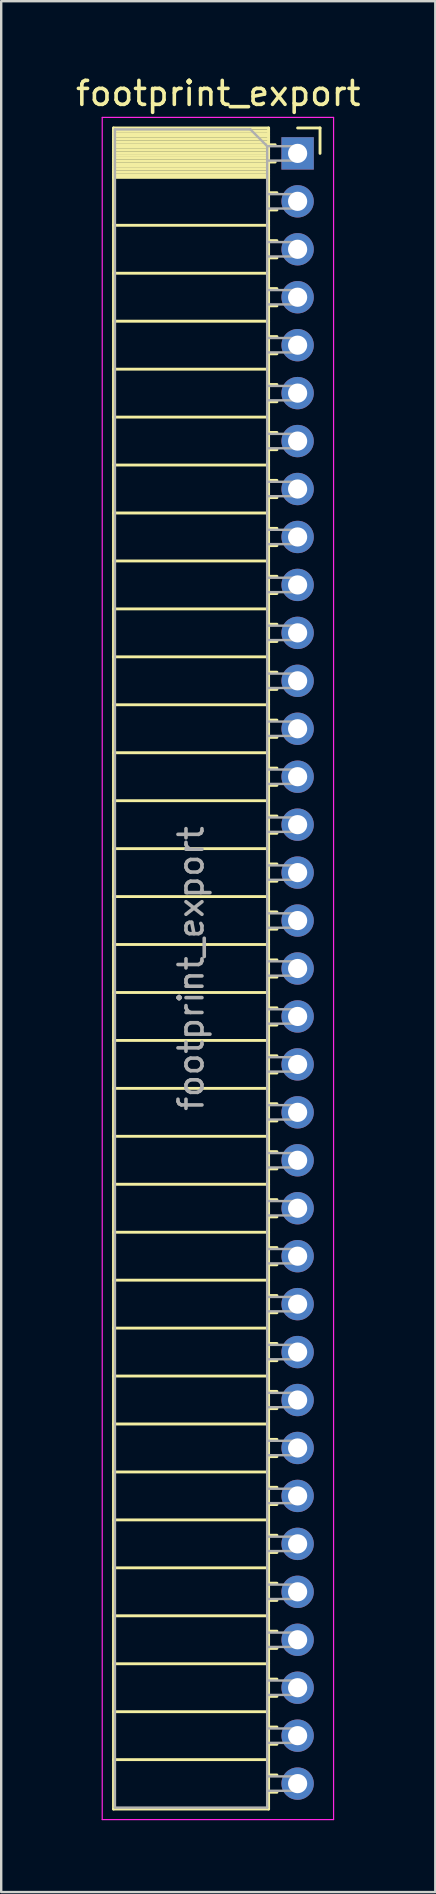
<source format=kicad_pcb>
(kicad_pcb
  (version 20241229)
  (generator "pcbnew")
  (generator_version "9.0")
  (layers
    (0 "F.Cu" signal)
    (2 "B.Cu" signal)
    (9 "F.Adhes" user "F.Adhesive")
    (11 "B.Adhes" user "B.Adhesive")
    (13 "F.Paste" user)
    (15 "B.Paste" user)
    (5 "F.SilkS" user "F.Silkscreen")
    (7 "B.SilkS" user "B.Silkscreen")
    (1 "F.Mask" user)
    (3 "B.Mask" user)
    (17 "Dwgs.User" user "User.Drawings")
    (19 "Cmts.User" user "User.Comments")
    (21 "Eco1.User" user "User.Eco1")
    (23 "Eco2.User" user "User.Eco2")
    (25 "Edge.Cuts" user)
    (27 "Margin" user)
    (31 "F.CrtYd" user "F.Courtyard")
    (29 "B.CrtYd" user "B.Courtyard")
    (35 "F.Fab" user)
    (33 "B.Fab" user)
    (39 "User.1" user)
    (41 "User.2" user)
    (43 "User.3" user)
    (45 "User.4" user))
  (footprint "footprint_export"
    (layer "F.Cu")
    (at 9.364 3.348)
    (property "Reference" "footprint_export" (at -3.31 -2.5 0) (layer "F.SilkS") (effects (font (size 1 1) (thickness 0.15))))
    (attr through_hole)
    (fp_line (start -7.68 -1.06) (end -7.68 69.06) (stroke (width 0.12) (type solid)) (layer "F.SilkS"))
    (fp_line (start -7.68 -1.06) (end -1.21 -1.06) (stroke (width 0.12) (type solid)) (layer "F.SilkS"))
    (fp_line (start -7.68 -0.94) (end -1.21 -0.94) (stroke (width 0.12) (type solid)) (layer "F.SilkS"))
    (fp_line (start -7.68 -0.826) (end -1.21 -0.826) (stroke (width 0.12) (type solid)) (layer "F.SilkS"))
    (fp_line (start -7.68 -0.712) (end -1.21 -0.712) (stroke (width 0.12) (type solid)) (layer "F.SilkS"))
    (fp_line (start -7.68 -0.598) (end -1.21 -0.598) (stroke (width 0.12) (type solid)) (layer "F.SilkS"))
    (fp_line (start -7.68 -0.484) (end -1.21 -0.484) (stroke (width 0.12) (type solid)) (layer "F.SilkS"))
    (fp_line (start -7.68 -0.369) (end -1.21 -0.369) (stroke (width 0.12) (type solid)) (layer "F.SilkS"))
    (fp_line (start -7.68 -0.255) (end -1.21 -0.255) (stroke (width 0.12) (type solid)) (layer "F.SilkS"))
    (fp_line (start -7.68 -0.141) (end -1.21 -0.141) (stroke (width 0.12) (type solid)) (layer "F.SilkS"))
    (fp_line (start -7.68 -0.027) (end -1.21 -0.027) (stroke (width 0.12) (type solid)) (layer "F.SilkS"))
    (fp_line (start -7.68 0.087) (end -1.21 0.087) (stroke (width 0.12) (type solid)) (layer "F.SilkS"))
    (fp_line (start -7.68 0.201) (end -1.21 0.201) (stroke (width 0.12) (type solid)) (layer "F.SilkS"))
    (fp_line (start -7.68 0.315) (end -1.21 0.315) (stroke (width 0.12) (type solid)) (layer "F.SilkS"))
    (fp_line (start -7.68 0.429) (end -1.21 0.429) (stroke (width 0.12) (type solid)) (layer "F.SilkS"))
    (fp_line (start -7.68 0.544) (end -1.21 0.544) (stroke (width 0.12) (type solid)) (layer "F.SilkS"))
    (fp_line (start -7.68 0.658) (end -1.21 0.658) (stroke (width 0.12) (type solid)) (layer "F.SilkS"))
    (fp_line (start -7.68 0.772) (end -1.21 0.772) (stroke (width 0.12) (type solid)) (layer "F.SilkS"))
    (fp_line (start -7.68 0.886) (end -1.21 0.886) (stroke (width 0.12) (type solid)) (layer "F.SilkS"))
    (fp_line (start -7.68 1) (end -1.21 1) (stroke (width 0.12) (type solid)) (layer "F.SilkS"))
    (fp_line (start -7.68 3) (end -1.21 3) (stroke (width 0.12) (type solid)) (layer "F.SilkS"))
    (fp_line (start -7.68 5) (end -1.21 5) (stroke (width 0.12) (type solid)) (layer "F.SilkS"))
    (fp_line (start -7.68 7) (end -1.21 7) (stroke (width 0.12) (type solid)) (layer "F.SilkS"))
    (fp_line (start -7.68 9) (end -1.21 9) (stroke (width 0.12) (type solid)) (layer "F.SilkS"))
    (fp_line (start -7.68 11) (end -1.21 11) (stroke (width 0.12) (type solid)) (layer "F.SilkS"))
    (fp_line (start -7.68 13) (end -1.21 13) (stroke (width 0.12) (type solid)) (layer "F.SilkS"))
    (fp_line (start -7.68 15) (end -1.21 15) (stroke (width 0.12) (type solid)) (layer "F.SilkS"))
    (fp_line (start -7.68 17) (end -1.21 17) (stroke (width 0.12) (type solid)) (layer "F.SilkS"))
    (fp_line (start -7.68 19) (end -1.21 19) (stroke (width 0.12) (type solid)) (layer "F.SilkS"))
    (fp_line (start -7.68 21) (end -1.21 21) (stroke (width 0.12) (type solid)) (layer "F.SilkS"))
    (fp_line (start -7.68 23) (end -1.21 23) (stroke (width 0.12) (type solid)) (layer "F.SilkS"))
    (fp_line (start -7.68 25) (end -1.21 25) (stroke (width 0.12) (type solid)) (layer "F.SilkS"))
    (fp_line (start -7.68 27) (end -1.21 27) (stroke (width 0.12) (type solid)) (layer "F.SilkS"))
    (fp_line (start -7.68 29) (end -1.21 29) (stroke (width 0.12) (type solid)) (layer "F.SilkS"))
    (fp_line (start -7.68 31) (end -1.21 31) (stroke (width 0.12) (type solid)) (layer "F.SilkS"))
    (fp_line (start -7.68 33) (end -1.21 33) (stroke (width 0.12) (type solid)) (layer "F.SilkS"))
    (fp_line (start -7.68 35) (end -1.21 35) (stroke (width 0.12) (type solid)) (layer "F.SilkS"))
    (fp_line (start -7.68 37) (end -1.21 37) (stroke (width 0.12) (type solid)) (layer "F.SilkS"))
    (fp_line (start -7.68 39) (end -1.21 39) (stroke (width 0.12) (type solid)) (layer "F.SilkS"))
    (fp_line (start -7.68 41) (end -1.21 41) (stroke (width 0.12) (type solid)) (layer "F.SilkS"))
    (fp_line (start -7.68 43) (end -1.21 43) (stroke (width 0.12) (type solid)) (layer "F.SilkS"))
    (fp_line (start -7.68 45) (end -1.21 45) (stroke (width 0.12) (type solid)) (layer "F.SilkS"))
    (fp_line (start -7.68 47) (end -1.21 47) (stroke (width 0.12) (type solid)) (layer "F.SilkS"))
    (fp_line (start -7.68 49) (end -1.21 49) (stroke (width 0.12) (type solid)) (layer "F.SilkS"))
    (fp_line (start -7.68 51) (end -1.21 51) (stroke (width 0.12) (type solid)) (layer "F.SilkS"))
    (fp_line (start -7.68 53) (end -1.21 53) (stroke (width 0.12) (type solid)) (layer "F.SilkS"))
    (fp_line (start -7.68 55) (end -1.21 55) (stroke (width 0.12) (type solid)) (layer "F.SilkS"))
    (fp_line (start -7.68 57) (end -1.21 57) (stroke (width 0.12) (type solid)) (layer "F.SilkS"))
    (fp_line (start -7.68 59) (end -1.21 59) (stroke (width 0.12) (type solid)) (layer "F.SilkS"))
    (fp_line (start -7.68 61) (end -1.21 61) (stroke (width 0.12) (type solid)) (layer "F.SilkS"))
    (fp_line (start -7.68 63) (end -1.21 63) (stroke (width 0.12) (type solid)) (layer "F.SilkS"))
    (fp_line (start -7.68 65) (end -1.21 65) (stroke (width 0.12) (type solid)) (layer "F.SilkS"))
    (fp_line (start -7.68 67) (end -1.21 67) (stroke (width 0.12) (type solid)) (layer "F.SilkS"))
    (fp_line (start -7.68 69.06) (end -1.21 69.06) (stroke (width 0.12) (type solid)) (layer "F.SilkS"))
    (fp_line (start -1.21 -1.06) (end -1.21 69.06) (stroke (width 0.12) (type solid)) (layer "F.SilkS"))
    (fp_line (start -1.21 -0.36) (end -0.935 -0.36) (stroke (width 0.12) (type solid)) (layer "F.SilkS"))
    (fp_line (start -1.21 0.36) (end -0.935 0.36) (stroke (width 0.12) (type solid)) (layer "F.SilkS"))
    (fp_line (start -1.21 1.64) (end -0.863 1.64) (stroke (width 0.12) (type solid)) (layer "F.SilkS"))
    (fp_line (start -1.21 2.36) (end -0.863 2.36) (stroke (width 0.12) (type solid)) (layer "F.SilkS"))
    (fp_line (start -1.21 3.64) (end -0.863 3.64) (stroke (width 0.12) (type solid)) (layer "F.SilkS"))
    (fp_line (start -1.21 4.36) (end -0.863 4.36) (stroke (width 0.12) (type solid)) (layer "F.SilkS"))
    (fp_line (start -1.21 5.64) (end -0.863 5.64) (stroke (width 0.12) (type solid)) (layer "F.SilkS"))
    (fp_line (start -1.21 6.36) (end -0.863 6.36) (stroke (width 0.12) (type solid)) (layer "F.SilkS"))
    (fp_line (start -1.21 7.64) (end -0.863 7.64) (stroke (width 0.12) (type solid)) (layer "F.SilkS"))
    (fp_line (start -1.21 8.36) (end -0.863 8.36) (stroke (width 0.12) (type solid)) (layer "F.SilkS"))
    (fp_line (start -1.21 9.64) (end -0.863 9.64) (stroke (width 0.12) (type solid)) (layer "F.SilkS"))
    (fp_line (start -1.21 10.36) (end -0.863 10.36) (stroke (width 0.12) (type solid)) (layer "F.SilkS"))
    (fp_line (start -1.21 11.64) (end -0.863 11.64) (stroke (width 0.12) (type solid)) (layer "F.SilkS"))
    (fp_line (start -1.21 12.36) (end -0.863 12.36) (stroke (width 0.12) (type solid)) (layer "F.SilkS"))
    (fp_line (start -1.21 13.64) (end -0.863 13.64) (stroke (width 0.12) (type solid)) (layer "F.SilkS"))
    (fp_line (start -1.21 14.36) (end -0.863 14.36) (stroke (width 0.12) (type solid)) (layer "F.SilkS"))
    (fp_line (start -1.21 15.64) (end -0.863 15.64) (stroke (width 0.12) (type solid)) (layer "F.SilkS"))
    (fp_line (start -1.21 16.36) (end -0.863 16.36) (stroke (width 0.12) (type solid)) (layer "F.SilkS"))
    (fp_line (start -1.21 17.64) (end -0.863 17.64) (stroke (width 0.12) (type solid)) (layer "F.SilkS"))
    (fp_line (start -1.21 18.36) (end -0.863 18.36) (stroke (width 0.12) (type solid)) (layer "F.SilkS"))
    (fp_line (start -1.21 19.64) (end -0.863 19.64) (stroke (width 0.12) (type solid)) (layer "F.SilkS"))
    (fp_line (start -1.21 20.36) (end -0.863 20.36) (stroke (width 0.12) (type solid)) (layer "F.SilkS"))
    (fp_line (start -1.21 21.64) (end -0.863 21.64) (stroke (width 0.12) (type solid)) (layer "F.SilkS"))
    (fp_line (start -1.21 22.36) (end -0.863 22.36) (stroke (width 0.12) (type solid)) (layer "F.SilkS"))
    (fp_line (start -1.21 23.64) (end -0.863 23.64) (stroke (width 0.12) (type solid)) (layer "F.SilkS"))
    (fp_line (start -1.21 24.36) (end -0.863 24.36) (stroke (width 0.12) (type solid)) (layer "F.SilkS"))
    (fp_line (start -1.21 25.64) (end -0.863 25.64) (stroke (width 0.12) (type solid)) (layer "F.SilkS"))
    (fp_line (start -1.21 26.36) (end -0.863 26.36) (stroke (width 0.12) (type solid)) (layer "F.SilkS"))
    (fp_line (start -1.21 27.64) (end -0.863 27.64) (stroke (width 0.12) (type solid)) (layer "F.SilkS"))
    (fp_line (start -1.21 28.36) (end -0.863 28.36) (stroke (width 0.12) (type solid)) (layer "F.SilkS"))
    (fp_line (start -1.21 29.64) (end -0.863 29.64) (stroke (width 0.12) (type solid)) (layer "F.SilkS"))
    (fp_line (start -1.21 30.36) (end -0.863 30.36) (stroke (width 0.12) (type solid)) (layer "F.SilkS"))
    (fp_line (start -1.21 31.64) (end -0.863 31.64) (stroke (width 0.12) (type solid)) (layer "F.SilkS"))
    (fp_line (start -1.21 32.36) (end -0.863 32.36) (stroke (width 0.12) (type solid)) (layer "F.SilkS"))
    (fp_line (start -1.21 33.64) (end -0.863 33.64) (stroke (width 0.12) (type solid)) (layer "F.SilkS"))
    (fp_line (start -1.21 34.36) (end -0.863 34.36) (stroke (width 0.12) (type solid)) (layer "F.SilkS"))
    (fp_line (start -1.21 35.64) (end -0.863 35.64) (stroke (width 0.12) (type solid)) (layer "F.SilkS"))
    (fp_line (start -1.21 36.36) (end -0.863 36.36) (stroke (width 0.12) (type solid)) (layer "F.SilkS"))
    (fp_line (start -1.21 37.64) (end -0.863 37.64) (stroke (width 0.12) (type solid)) (layer "F.SilkS"))
    (fp_line (start -1.21 38.36) (end -0.863 38.36) (stroke (width 0.12) (type solid)) (layer "F.SilkS"))
    (fp_line (start -1.21 39.64) (end -0.863 39.64) (stroke (width 0.12) (type solid)) (layer "F.SilkS"))
    (fp_line (start -1.21 40.36) (end -0.863 40.36) (stroke (width 0.12) (type solid)) (layer "F.SilkS"))
    (fp_line (start -1.21 41.64) (end -0.863 41.64) (stroke (width 0.12) (type solid)) (layer "F.SilkS"))
    (fp_line (start -1.21 42.36) (end -0.863 42.36) (stroke (width 0.12) (type solid)) (layer "F.SilkS"))
    (fp_line (start -1.21 43.64) (end -0.863 43.64) (stroke (width 0.12) (type solid)) (layer "F.SilkS"))
    (fp_line (start -1.21 44.36) (end -0.863 44.36) (stroke (width 0.12) (type solid)) (layer "F.SilkS"))
    (fp_line (start -1.21 45.64) (end -0.863 45.64) (stroke (width 0.12) (type solid)) (layer "F.SilkS"))
    (fp_line (start -1.21 46.36) (end -0.863 46.36) (stroke (width 0.12) (type solid)) (layer "F.SilkS"))
    (fp_line (start -1.21 47.64) (end -0.863 47.64) (stroke (width 0.12) (type solid)) (layer "F.SilkS"))
    (fp_line (start -1.21 48.36) (end -0.863 48.36) (stroke (width 0.12) (type solid)) (layer "F.SilkS"))
    (fp_line (start -1.21 49.64) (end -0.863 49.64) (stroke (width 0.12) (type solid)) (layer "F.SilkS"))
    (fp_line (start -1.21 50.36) (end -0.863 50.36) (stroke (width 0.12) (type solid)) (layer "F.SilkS"))
    (fp_line (start -1.21 51.64) (end -0.863 51.64) (stroke (width 0.12) (type solid)) (layer "F.SilkS"))
    (fp_line (start -1.21 52.36) (end -0.863 52.36) (stroke (width 0.12) (type solid)) (layer "F.SilkS"))
    (fp_line (start -1.21 53.64) (end -0.863 53.64) (stroke (width 0.12) (type solid)) (layer "F.SilkS"))
    (fp_line (start -1.21 54.36) (end -0.863 54.36) (stroke (width 0.12) (type solid)) (layer "F.SilkS"))
    (fp_line (start -1.21 55.64) (end -0.863 55.64) (stroke (width 0.12) (type solid)) (layer "F.SilkS"))
    (fp_line (start -1.21 56.36) (end -0.863 56.36) (stroke (width 0.12) (type solid)) (layer "F.SilkS"))
    (fp_line (start -1.21 57.64) (end -0.863 57.64) (stroke (width 0.12) (type solid)) (layer "F.SilkS"))
    (fp_line (start -1.21 58.36) (end -0.863 58.36) (stroke (width 0.12) (type solid)) (layer "F.SilkS"))
    (fp_line (start -1.21 59.64) (end -0.863 59.64) (stroke (width 0.12) (type solid)) (layer "F.SilkS"))
    (fp_line (start -1.21 60.36) (end -0.863 60.36) (stroke (width 0.12) (type solid)) (layer "F.SilkS"))
    (fp_line (start -1.21 61.64) (end -0.863 61.64) (stroke (width 0.12) (type solid)) (layer "F.SilkS"))
    (fp_line (start -1.21 62.36) (end -0.863 62.36) (stroke (width 0.12) (type solid)) (layer "F.SilkS"))
    (fp_line (start -1.21 63.64) (end -0.863 63.64) (stroke (width 0.12) (type solid)) (layer "F.SilkS"))
    (fp_line (start -1.21 64.36) (end -0.863 64.36) (stroke (width 0.12) (type solid)) (layer "F.SilkS"))
    (fp_line (start -1.21 65.64) (end -0.863 65.64) (stroke (width 0.12) (type solid)) (layer "F.SilkS"))
    (fp_line (start -1.21 66.36) (end -0.863 66.36) (stroke (width 0.12) (type solid)) (layer "F.SilkS"))
    (fp_line (start -1.21 67.64) (end -0.863 67.64) (stroke (width 0.12) (type solid)) (layer "F.SilkS"))
    (fp_line (start -1.21 68.36) (end -0.863 68.36) (stroke (width 0.12) (type solid)) (layer "F.SilkS"))
    (fp_line (start 0 -1.06) (end 0.935 -1.06) (stroke (width 0.12) (type solid)) (layer "F.SilkS"))
    (fp_line (start 0.935 -1.06) (end 0.935 0) (stroke (width 0.12) (type solid)) (layer "F.SilkS"))
    (fp_line (start -8.15 -1.5) (end -8.15 69.5) (stroke (width 0.05) (type solid)) (layer "F.CrtYd"))
    (fp_line (start -8.15 69.5) (end 1.5 69.5) (stroke (width 0.05) (type solid)) (layer "F.CrtYd"))
    (fp_line (start 1.5 -1.5) (end -8.15 -1.5) (stroke (width 0.05) (type solid)) (layer "F.CrtYd"))
    (fp_line (start 1.5 69.5) (end 1.5 -1.5) (stroke (width 0.05) (type solid)) (layer "F.CrtYd"))
    (fp_line (start -7.62 -1) (end -1.97 -1) (stroke (width 0.1) (type solid)) (layer "F.Fab"))
    (fp_line (start -7.62 69) (end -7.62 -1) (stroke (width 0.1) (type solid)) (layer "F.Fab"))
    (fp_line (start -1.97 -1) (end -1.27 -0.3) (stroke (width 0.1) (type solid)) (layer "F.Fab"))
    (fp_line (start -1.27 -0.3) (end -1.27 69) (stroke (width 0.1) (type solid)) (layer "F.Fab"))
    (fp_line (start -1.27 0.3) (end 0 0.3) (stroke (width 0.1) (type solid)) (layer "F.Fab"))
    (fp_line (start -1.27 2.3) (end 0 2.3) (stroke (width 0.1) (type solid)) (layer "F.Fab"))
    (fp_line (start -1.27 4.3) (end 0 4.3) (stroke (width 0.1) (type solid)) (layer "F.Fab"))
    (fp_line (start -1.27 6.3) (end 0 6.3) (stroke (width 0.1) (type solid)) (layer "F.Fab"))
    (fp_line (start -1.27 8.3) (end 0 8.3) (stroke (width 0.1) (type solid)) (layer "F.Fab"))
    (fp_line (start -1.27 10.3) (end 0 10.3) (stroke (width 0.1) (type solid)) (layer "F.Fab"))
    (fp_line (start -1.27 12.3) (end 0 12.3) (stroke (width 0.1) (type solid)) (layer "F.Fab"))
    (fp_line (start -1.27 14.3) (end 0 14.3) (stroke (width 0.1) (type solid)) (layer "F.Fab"))
    (fp_line (start -1.27 16.3) (end 0 16.3) (stroke (width 0.1) (type solid)) (layer "F.Fab"))
    (fp_line (start -1.27 18.3) (end 0 18.3) (stroke (width 0.1) (type solid)) (layer "F.Fab"))
    (fp_line (start -1.27 20.3) (end 0 20.3) (stroke (width 0.1) (type solid)) (layer "F.Fab"))
    (fp_line (start -1.27 22.3) (end 0 22.3) (stroke (width 0.1) (type solid)) (layer "F.Fab"))
    (fp_line (start -1.27 24.3) (end 0 24.3) (stroke (width 0.1) (type solid)) (layer "F.Fab"))
    (fp_line (start -1.27 26.3) (end 0 26.3) (stroke (width 0.1) (type solid)) (layer "F.Fab"))
    (fp_line (start -1.27 28.3) (end 0 28.3) (stroke (width 0.1) (type solid)) (layer "F.Fab"))
    (fp_line (start -1.27 30.3) (end 0 30.3) (stroke (width 0.1) (type solid)) (layer "F.Fab"))
    (fp_line (start -1.27 32.3) (end 0 32.3) (stroke (width 0.1) (type solid)) (layer "F.Fab"))
    (fp_line (start -1.27 34.3) (end 0 34.3) (stroke (width 0.1) (type solid)) (layer "F.Fab"))
    (fp_line (start -1.27 36.3) (end 0 36.3) (stroke (width 0.1) (type solid)) (layer "F.Fab"))
    (fp_line (start -1.27 38.3) (end 0 38.3) (stroke (width 0.1) (type solid)) (layer "F.Fab"))
    (fp_line (start -1.27 40.3) (end 0 40.3) (stroke (width 0.1) (type solid)) (layer "F.Fab"))
    (fp_line (start -1.27 42.3) (end 0 42.3) (stroke (width 0.1) (type solid)) (layer "F.Fab"))
    (fp_line (start -1.27 44.3) (end 0 44.3) (stroke (width 0.1) (type solid)) (layer "F.Fab"))
    (fp_line (start -1.27 46.3) (end 0 46.3) (stroke (width 0.1) (type solid)) (layer "F.Fab"))
    (fp_line (start -1.27 48.3) (end 0 48.3) (stroke (width 0.1) (type solid)) (layer "F.Fab"))
    (fp_line (start -1.27 50.3) (end 0 50.3) (stroke (width 0.1) (type solid)) (layer "F.Fab"))
    (fp_line (start -1.27 52.3) (end 0 52.3) (stroke (width 0.1) (type solid)) (layer "F.Fab"))
    (fp_line (start -1.27 54.3) (end 0 54.3) (stroke (width 0.1) (type solid)) (layer "F.Fab"))
    (fp_line (start -1.27 56.3) (end 0 56.3) (stroke (width 0.1) (type solid)) (layer "F.Fab"))
    (fp_line (start -1.27 58.3) (end 0 58.3) (stroke (width 0.1) (type solid)) (layer "F.Fab"))
    (fp_line (start -1.27 60.3) (end 0 60.3) (stroke (width 0.1) (type solid)) (layer "F.Fab"))
    (fp_line (start -1.27 62.3) (end 0 62.3) (stroke (width 0.1) (type solid)) (layer "F.Fab"))
    (fp_line (start -1.27 64.3) (end 0 64.3) (stroke (width 0.1) (type solid)) (layer "F.Fab"))
    (fp_line (start -1.27 66.3) (end 0 66.3) (stroke (width 0.1) (type solid)) (layer "F.Fab"))
    (fp_line (start -1.27 68.3) (end 0 68.3) (stroke (width 0.1) (type solid)) (layer "F.Fab"))
    (fp_line (start -1.27 69) (end -7.62 69) (stroke (width 0.1) (type solid)) (layer "F.Fab"))
    (fp_line (start 0 -0.3) (end -1.27 -0.3) (stroke (width 0.1) (type solid)) (layer "F.Fab"))
    (fp_line (start 0 0.3) (end 0 -0.3) (stroke (width 0.1) (type solid)) (layer "F.Fab"))
    (fp_line (start 0 1.7) (end -1.27 1.7) (stroke (width 0.1) (type solid)) (layer "F.Fab"))
    (fp_line (start 0 2.3) (end 0 1.7) (stroke (width 0.1) (type solid)) (layer "F.Fab"))
    (fp_line (start 0 3.7) (end -1.27 3.7) (stroke (width 0.1) (type solid)) (layer "F.Fab"))
    (fp_line (start 0 4.3) (end 0 3.7) (stroke (width 0.1) (type solid)) (layer "F.Fab"))
    (fp_line (start 0 5.7) (end -1.27 5.7) (stroke (width 0.1) (type solid)) (layer "F.Fab"))
    (fp_line (start 0 6.3) (end 0 5.7) (stroke (width 0.1) (type solid)) (layer "F.Fab"))
    (fp_line (start 0 7.7) (end -1.27 7.7) (stroke (width 0.1) (type solid)) (layer "F.Fab"))
    (fp_line (start 0 8.3) (end 0 7.7) (stroke (width 0.1) (type solid)) (layer "F.Fab"))
    (fp_line (start 0 9.7) (end -1.27 9.7) (stroke (width 0.1) (type solid)) (layer "F.Fab"))
    (fp_line (start 0 10.3) (end 0 9.7) (stroke (width 0.1) (type solid)) (layer "F.Fab"))
    (fp_line (start 0 11.7) (end -1.27 11.7) (stroke (width 0.1) (type solid)) (layer "F.Fab"))
    (fp_line (start 0 12.3) (end 0 11.7) (stroke (width 0.1) (type solid)) (layer "F.Fab"))
    (fp_line (start 0 13.7) (end -1.27 13.7) (stroke (width 0.1) (type solid)) (layer "F.Fab"))
    (fp_line (start 0 14.3) (end 0 13.7) (stroke (width 0.1) (type solid)) (layer "F.Fab"))
    (fp_line (start 0 15.7) (end -1.27 15.7) (stroke (width 0.1) (type solid)) (layer "F.Fab"))
    (fp_line (start 0 16.3) (end 0 15.7) (stroke (width 0.1) (type solid)) (layer "F.Fab"))
    (fp_line (start 0 17.7) (end -1.27 17.7) (stroke (width 0.1) (type solid)) (layer "F.Fab"))
    (fp_line (start 0 18.3) (end 0 17.7) (stroke (width 0.1) (type solid)) (layer "F.Fab"))
    (fp_line (start 0 19.7) (end -1.27 19.7) (stroke (width 0.1) (type solid)) (layer "F.Fab"))
    (fp_line (start 0 20.3) (end 0 19.7) (stroke (width 0.1) (type solid)) (layer "F.Fab"))
    (fp_line (start 0 21.7) (end -1.27 21.7) (stroke (width 0.1) (type solid)) (layer "F.Fab"))
    (fp_line (start 0 22.3) (end 0 21.7) (stroke (width 0.1) (type solid)) (layer "F.Fab"))
    (fp_line (start 0 23.7) (end -1.27 23.7) (stroke (width 0.1) (type solid)) (layer "F.Fab"))
    (fp_line (start 0 24.3) (end 0 23.7) (stroke (width 0.1) (type solid)) (layer "F.Fab"))
    (fp_line (start 0 25.7) (end -1.27 25.7) (stroke (width 0.1) (type solid)) (layer "F.Fab"))
    (fp_line (start 0 26.3) (end 0 25.7) (stroke (width 0.1) (type solid)) (layer "F.Fab"))
    (fp_line (start 0 27.7) (end -1.27 27.7) (stroke (width 0.1) (type solid)) (layer "F.Fab"))
    (fp_line (start 0 28.3) (end 0 27.7) (stroke (width 0.1) (type solid)) (layer "F.Fab"))
    (fp_line (start 0 29.7) (end -1.27 29.7) (stroke (width 0.1) (type solid)) (layer "F.Fab"))
    (fp_line (start 0 30.3) (end 0 29.7) (stroke (width 0.1) (type solid)) (layer "F.Fab"))
    (fp_line (start 0 31.7) (end -1.27 31.7) (stroke (width 0.1) (type solid)) (layer "F.Fab"))
    (fp_line (start 0 32.3) (end 0 31.7) (stroke (width 0.1) (type solid)) (layer "F.Fab"))
    (fp_line (start 0 33.7) (end -1.27 33.7) (stroke (width 0.1) (type solid)) (layer "F.Fab"))
    (fp_line (start 0 34.3) (end 0 33.7) (stroke (width 0.1) (type solid)) (layer "F.Fab"))
    (fp_line (start 0 35.7) (end -1.27 35.7) (stroke (width 0.1) (type solid)) (layer "F.Fab"))
    (fp_line (start 0 36.3) (end 0 35.7) (stroke (width 0.1) (type solid)) (layer "F.Fab"))
    (fp_line (start 0 37.7) (end -1.27 37.7) (stroke (width 0.1) (type solid)) (layer "F.Fab"))
    (fp_line (start 0 38.3) (end 0 37.7) (stroke (width 0.1) (type solid)) (layer "F.Fab"))
    (fp_line (start 0 39.7) (end -1.27 39.7) (stroke (width 0.1) (type solid)) (layer "F.Fab"))
    (fp_line (start 0 40.3) (end 0 39.7) (stroke (width 0.1) (type solid)) (layer "F.Fab"))
    (fp_line (start 0 41.7) (end -1.27 41.7) (stroke (width 0.1) (type solid)) (layer "F.Fab"))
    (fp_line (start 0 42.3) (end 0 41.7) (stroke (width 0.1) (type solid)) (layer "F.Fab"))
    (fp_line (start 0 43.7) (end -1.27 43.7) (stroke (width 0.1) (type solid)) (layer "F.Fab"))
    (fp_line (start 0 44.3) (end 0 43.7) (stroke (width 0.1) (type solid)) (layer "F.Fab"))
    (fp_line (start 0 45.7) (end -1.27 45.7) (stroke (width 0.1) (type solid)) (layer "F.Fab"))
    (fp_line (start 0 46.3) (end 0 45.7) (stroke (width 0.1) (type solid)) (layer "F.Fab"))
    (fp_line (start 0 47.7) (end -1.27 47.7) (stroke (width 0.1) (type solid)) (layer "F.Fab"))
    (fp_line (start 0 48.3) (end 0 47.7) (stroke (width 0.1) (type solid)) (layer "F.Fab"))
    (fp_line (start 0 49.7) (end -1.27 49.7) (stroke (width 0.1) (type solid)) (layer "F.Fab"))
    (fp_line (start 0 50.3) (end 0 49.7) (stroke (width 0.1) (type solid)) (layer "F.Fab"))
    (fp_line (start 0 51.7) (end -1.27 51.7) (stroke (width 0.1) (type solid)) (layer "F.Fab"))
    (fp_line (start 0 52.3) (end 0 51.7) (stroke (width 0.1) (type solid)) (layer "F.Fab"))
    (fp_line (start 0 53.7) (end -1.27 53.7) (stroke (width 0.1) (type solid)) (layer "F.Fab"))
    (fp_line (start 0 54.3) (end 0 53.7) (stroke (width 0.1) (type solid)) (layer "F.Fab"))
    (fp_line (start 0 55.7) (end -1.27 55.7) (stroke (width 0.1) (type solid)) (layer "F.Fab"))
    (fp_line (start 0 56.3) (end 0 55.7) (stroke (width 0.1) (type solid)) (layer "F.Fab"))
    (fp_line (start 0 57.7) (end -1.27 57.7) (stroke (width 0.1) (type solid)) (layer "F.Fab"))
    (fp_line (start 0 58.3) (end 0 57.7) (stroke (width 0.1) (type solid)) (layer "F.Fab"))
    (fp_line (start 0 59.7) (end -1.27 59.7) (stroke (width 0.1) (type solid)) (layer "F.Fab"))
    (fp_line (start 0 60.3) (end 0 59.7) (stroke (width 0.1) (type solid)) (layer "F.Fab"))
    (fp_line (start 0 61.7) (end -1.27 61.7) (stroke (width 0.1) (type solid)) (layer "F.Fab"))
    (fp_line (start 0 62.3) (end 0 61.7) (stroke (width 0.1) (type solid)) (layer "F.Fab"))
    (fp_line (start 0 63.7) (end -1.27 63.7) (stroke (width 0.1) (type solid)) (layer "F.Fab"))
    (fp_line (start 0 64.3) (end 0 63.7) (stroke (width 0.1) (type solid)) (layer "F.Fab"))
    (fp_line (start 0 65.7) (end -1.27 65.7) (stroke (width 0.1) (type solid)) (layer "F.Fab"))
    (fp_line (start 0 66.3) (end 0 65.7) (stroke (width 0.1) (type solid)) (layer "F.Fab"))
    (fp_line (start 0 67.7) (end -1.27 67.7) (stroke (width 0.1) (type solid)) (layer "F.Fab"))
    (fp_line (start 0 68.3) (end 0 67.7) (stroke (width 0.1) (type solid)) (layer "F.Fab"))
    (fp_text user "${REFERENCE}" (at -4.445 34 90) (layer "F.Fab") (effects (font (size 1 1) (thickness 0.15))))
    (pad "1" thru_hole rect (at 0 0) (size 1.35 1.35) (drill 0.8) (layers "*.Cu" "*.Mask"))
    (pad "2" thru_hole oval (at 0 2) (size 1.35 1.35) (drill 0.8) (layers "*.Cu" "*.Mask"))
    (pad "3" thru_hole oval (at 0 4) (size 1.35 1.35) (drill 0.8) (layers "*.Cu" "*.Mask"))
    (pad "4" thru_hole oval (at 0 6) (size 1.35 1.35) (drill 0.8) (layers "*.Cu" "*.Mask"))
    (pad "5" thru_hole oval (at 0 8) (size 1.35 1.35) (drill 0.8) (layers "*.Cu" "*.Mask"))
    (pad "6" thru_hole oval (at 0 10) (size 1.35 1.35) (drill 0.8) (layers "*.Cu" "*.Mask"))
    (pad "7" thru_hole oval (at 0 12) (size 1.35 1.35) (drill 0.8) (layers "*.Cu" "*.Mask"))
    (pad "8" thru_hole oval (at 0 14) (size 1.35 1.35) (drill 0.8) (layers "*.Cu" "*.Mask"))
    (pad "9" thru_hole oval (at 0 16) (size 1.35 1.35) (drill 0.8) (layers "*.Cu" "*.Mask"))
    (pad "10" thru_hole oval (at 0 18) (size 1.35 1.35) (drill 0.8) (layers "*.Cu" "*.Mask"))
    (pad "11" thru_hole oval (at 0 20) (size 1.35 1.35) (drill 0.8) (layers "*.Cu" "*.Mask"))
    (pad "12" thru_hole oval (at 0 22) (size 1.35 1.35) (drill 0.8) (layers "*.Cu" "*.Mask"))
    (pad "13" thru_hole oval (at 0 24) (size 1.35 1.35) (drill 0.8) (layers "*.Cu" "*.Mask"))
    (pad "14" thru_hole oval (at 0 26) (size 1.35 1.35) (drill 0.8) (layers "*.Cu" "*.Mask"))
    (pad "15" thru_hole oval (at 0 28) (size 1.35 1.35) (drill 0.8) (layers "*.Cu" "*.Mask"))
    (pad "16" thru_hole oval (at 0 30) (size 1.35 1.35) (drill 0.8) (layers "*.Cu" "*.Mask"))
    (pad "17" thru_hole oval (at 0 32) (size 1.35 1.35) (drill 0.8) (layers "*.Cu" "*.Mask"))
    (pad "18" thru_hole oval (at 0 34) (size 1.35 1.35) (drill 0.8) (layers "*.Cu" "*.Mask"))
    (pad "19" thru_hole oval (at 0 36) (size 1.35 1.35) (drill 0.8) (layers "*.Cu" "*.Mask"))
    (pad "20" thru_hole oval (at 0 38) (size 1.35 1.35) (drill 0.8) (layers "*.Cu" "*.Mask"))
    (pad "21" thru_hole oval (at 0 40) (size 1.35 1.35) (drill 0.8) (layers "*.Cu" "*.Mask"))
    (pad "22" thru_hole oval (at 0 42) (size 1.35 1.35) (drill 0.8) (layers "*.Cu" "*.Mask"))
    (pad "23" thru_hole oval (at 0 44) (size 1.35 1.35) (drill 0.8) (layers "*.Cu" "*.Mask"))
    (pad "24" thru_hole oval (at 0 46) (size 1.35 1.35) (drill 0.8) (layers "*.Cu" "*.Mask"))
    (pad "25" thru_hole oval (at 0 48) (size 1.35 1.35) (drill 0.8) (layers "*.Cu" "*.Mask"))
    (pad "26" thru_hole oval (at 0 50) (size 1.35 1.35) (drill 0.8) (layers "*.Cu" "*.Mask"))
    (pad "27" thru_hole oval (at 0 52) (size 1.35 1.35) (drill 0.8) (layers "*.Cu" "*.Mask"))
    (pad "28" thru_hole oval (at 0 54) (size 1.35 1.35) (drill 0.8) (layers "*.Cu" "*.Mask"))
    (pad "29" thru_hole oval (at 0 56) (size 1.35 1.35) (drill 0.8) (layers "*.Cu" "*.Mask"))
    (pad "30" thru_hole oval (at 0 58) (size 1.35 1.35) (drill 0.8) (layers "*.Cu" "*.Mask"))
    (pad "31" thru_hole oval (at 0 60) (size 1.35 1.35) (drill 0.8) (layers "*.Cu" "*.Mask"))
    (pad "32" thru_hole oval (at 0 62) (size 1.35 1.35) (drill 0.8) (layers "*.Cu" "*.Mask"))
    (pad "33" thru_hole oval (at 0 64) (size 1.35 1.35) (drill 0.8) (layers "*.Cu" "*.Mask"))
    (pad "34" thru_hole oval (at 0 66) (size 1.35 1.35) (drill 0.8) (layers "*.Cu" "*.Mask"))
    (pad "35" thru_hole oval (at 0 68) (size 1.35 1.35) (drill 0.8) (layers "*.Cu" "*.Mask")))
  (gr_rect
    (start -3 -3)
    (end 15.107 75.873)
    (stroke (width 0.1) (type default))
    (fill no)
    (layer "Edge.Cuts")))
</source>
